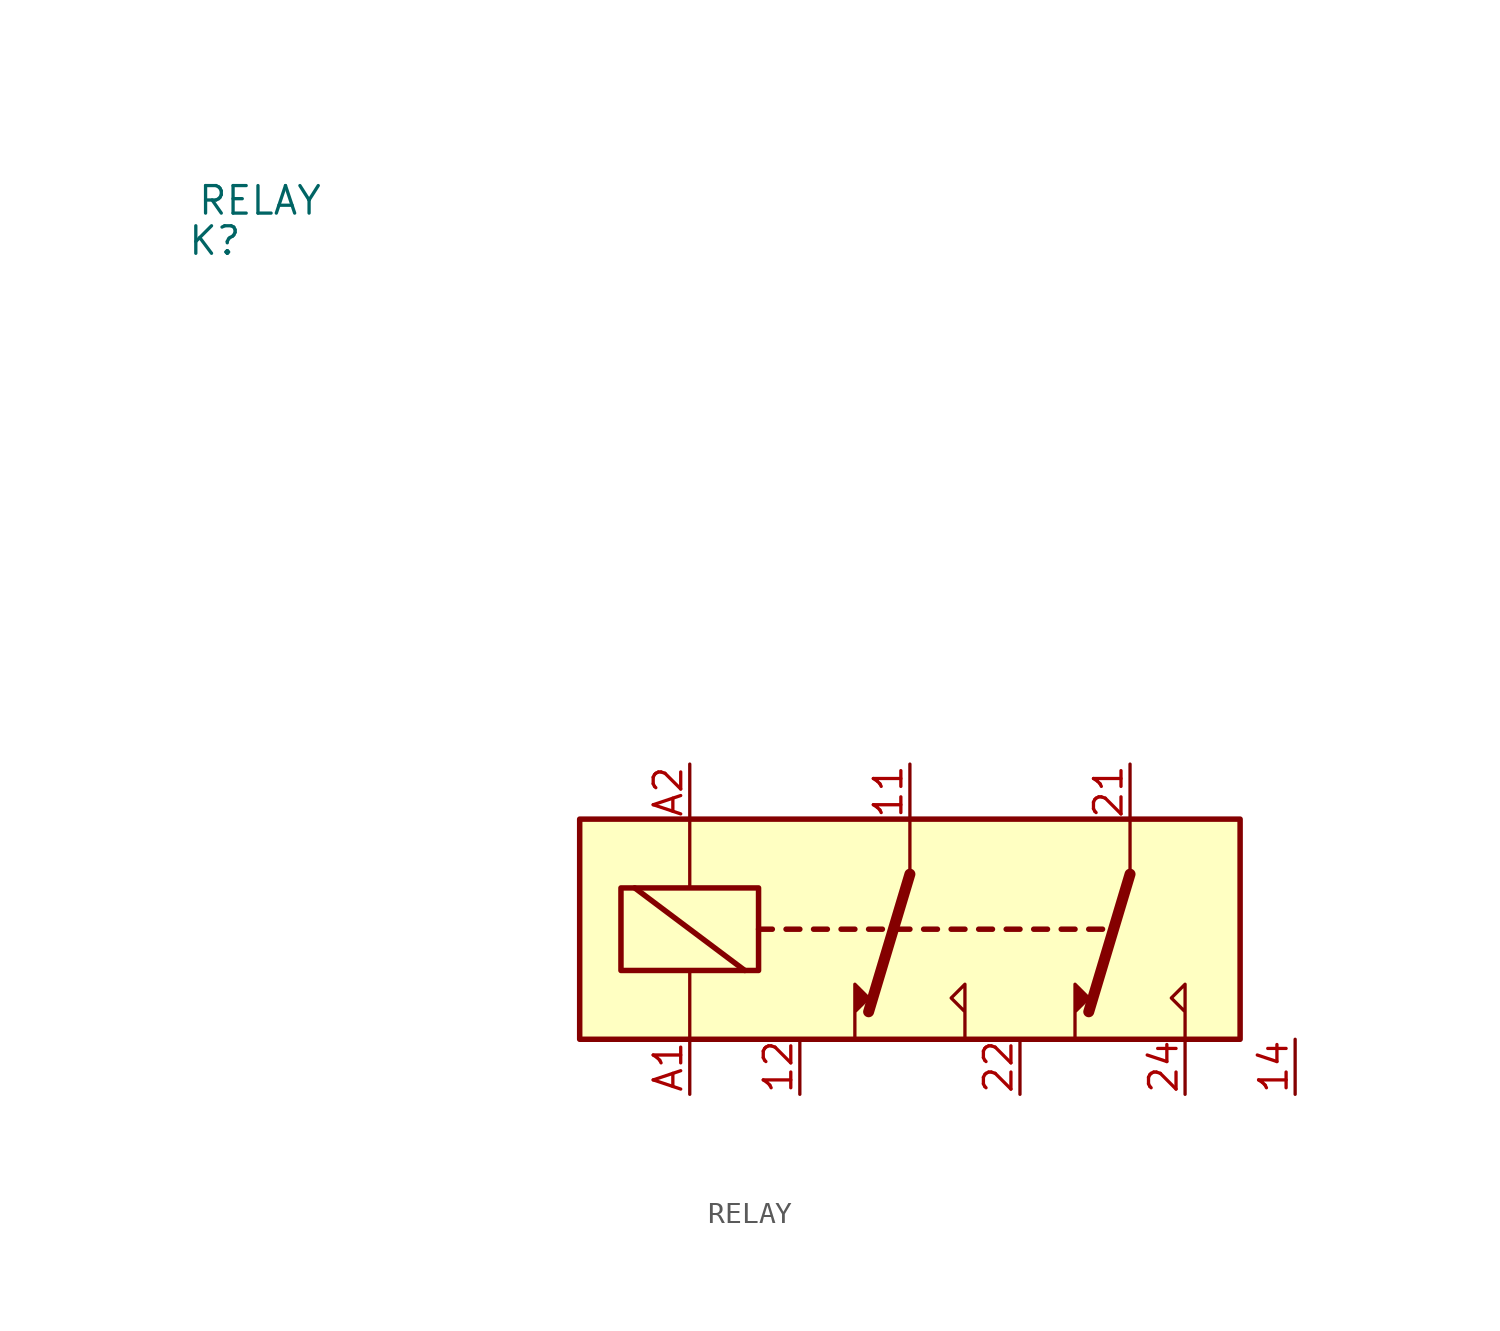
<source format=kicad_sym>
(kicad_symbol_lib
  (version 20211014)
  (generator kicad_symbol_editor)
  (symbol "RELAY"
    (pin_names
      (offset 1.016))
    (property "Reference" "K"
      (at -32.08 29.235 0)
      (effects (font (size 1.27 1.27))))
    (property "Value" "RELAY"
      (at -29.997 31.09 0)
      (effects (font (size 1.27 1.27))))
    (symbol "RELAY_0_1"
      (rectangle (start -15.24 -7.62) (end 15.24 2.54) (stroke (width 0.254) (type default) (color 0 0 0 0)) (fill (type background)))
      (rectangle (start -13.335 -4.445) (end -6.985 -0.635) (stroke (width 0.254) (type default) (color 0 0 0 0)) (fill (type none)))
      (polyline (pts (xy -12.7 -0.635) (xy -7.62 -4.445)) (stroke (width 0.254) (type default) (color 0 0 0 0)) (fill (type none)))
      (polyline (pts (xy -10.16 -7.62) (xy -10.16 -4.445)) (stroke (width 0) (type default) (color 0 0 0 0)) (fill (type none)))
      (polyline (pts (xy -10.16 2.54) (xy -10.16 -0.635)) (stroke (width 0) (type default) (color 0 0 0 0)) (fill (type none)))
      (polyline (pts (xy -6.985 -2.54) (xy -6.35 -2.54)) (stroke (width 0.254) (type default) (color 0 0 0 0)) (fill (type none)))
      (polyline (pts (xy -5.715 -2.54) (xy -5.08 -2.54)) (stroke (width 0.254) (type default) (color 0 0 0 0)) (fill (type none)))
      (polyline (pts (xy -4.445 -2.54) (xy -3.81 -2.54)) (stroke (width 0.254) (type default) (color 0 0 0 0)) (fill (type none)))
      (polyline (pts (xy -3.175 -2.54) (xy -2.54 -2.54)) (stroke (width 0.254) (type default) (color 0 0 0 0)) (fill (type none)))
      (polyline (pts (xy -1.905 -2.54) (xy -1.27 -2.54)) (stroke (width 0.254) (type default) (color 0 0 0 0)) (fill (type none)))
      (polyline (pts (xy -0.635 -2.54) (xy 0 -2.54)) (stroke (width 0.254) (type default) (color 0 0 0 0)) (fill (type none)))
      (polyline (pts (xy 0 0) (xy -1.905 -6.35)) (stroke (width 0.508) (type default) (color 0 0 0 0)) (fill (type none)))
      (polyline (pts (xy 0 0) (xy 0 2.54)) (stroke (width 0) (type default) (color 0 0 0 0)) (fill (type none)))
      (polyline (pts (xy 0.635 -2.54) (xy 1.27 -2.54)) (stroke (width 0.254) (type default) (color 0 0 0 0)) (fill (type none)))
      (polyline (pts (xy 1.905 -2.54) (xy 2.54 -2.54)) (stroke (width 0.254) (type default) (color 0 0 0 0)) (fill (type none)))
      (polyline (pts (xy 3.175 -2.54) (xy 3.81 -2.54)) (stroke (width 0.254) (type default) (color 0 0 0 0)) (fill (type none)))
      (polyline (pts (xy 4.445 -2.54) (xy 5.08 -2.54)) (stroke (width 0.254) (type default) (color 0 0 0 0)) (fill (type none)))
      (polyline (pts (xy 5.715 -2.54) (xy 6.35 -2.54)) (stroke (width 0.254) (type default) (color 0 0 0 0)) (fill (type none)))
      (polyline (pts (xy 6.985 -2.54) (xy 7.62 -2.54)) (stroke (width 0.254) (type default) (color 0 0 0 0)) (fill (type none)))
      (polyline (pts (xy 8.255 -2.54) (xy 8.89 -2.54)) (stroke (width 0.254) (type default) (color 0 0 0 0)) (fill (type none)))
      (polyline (pts (xy 10.16 0) (xy 8.255 -6.35)) (stroke (width 0.508) (type default) (color 0 0 0 0)) (fill (type none)))
      (polyline (pts (xy 10.16 0) (xy 10.16 2.54)) (stroke (width 0) (type default) (color 0 0 0 0)) (fill (type none)))
      (polyline (pts (xy -2.54 -7.62) (xy -2.54 -5.08) (xy -1.905 -5.715) (xy -2.54 -6.35)) (stroke (width 0) (type default) (color 0 0 0 0)) (fill (type outline)))
      (polyline (pts (xy 2.54 -7.62) (xy 2.54 -5.08) (xy 1.905 -5.715) (xy 2.54 -6.35)) (stroke (width 0) (type default) (color 0 0 0 0)) (fill (type none)))
      (polyline (pts (xy 7.62 -7.62) (xy 7.62 -5.08) (xy 8.255 -5.715) (xy 7.62 -6.35)) (stroke (width 0) (type default) (color 0 0 0 0)) (fill (type outline)))
      (polyline (pts (xy 12.7 -7.62) (xy 12.7 -5.08) (xy 12.065 -5.715) (xy 12.7 -6.35)) (stroke (width 0) (type default) (color 0 0 0 0)) (fill (type none))))
    (symbol "RELAY_1_1"
      (pin passive line (at 0 5.08 270) (length 2.54) (name "~" (effects (font (size 1.27 1.27)))) (number "11" (effects (font (size 1.27 1.27)))))
      (pin passive line (at -5.08 -10.16 90) (length 2.54) (name "~" (effects (font (size 1.27 1.27)))) (number "12" (effects (font (size 1.27 1.27)))))
      (pin passive line (at 17.78 -10.16 90) (length 2.54) (name "~" (effects (font (size 1.27 1.27)))) (number "14" (effects (font (size 1.27 1.27)))))
      (pin passive line (at 10.16 5.08 270) (length 2.54) (name "~" (effects (font (size 1.27 1.27)))) (number "21" (effects (font (size 1.27 1.27)))))
      (pin passive line (at 5.08 -10.16 90) (length 2.54) (name "~" (effects (font (size 1.27 1.27)))) (number "22" (effects (font (size 1.27 1.27)))))
      (pin passive line (at 12.7 -10.16 90) (length 2.54) (name "~" (effects (font (size 1.27 1.27)))) (number "24" (effects (font (size 1.27 1.27)))))
      (pin passive line (at -10.16 -10.16 90) (length 2.54) (name "~" (effects (font (size 1.27 1.27)))) (number "A1" (effects (font (size 1.27 1.27)))))
      (pin passive line (at -10.16 5.08 270) (length 2.54) (name "~" (effects (font (size 1.27 1.27)))) (number "A2" (effects (font (size 1.27 1.27))))))))
</source>
